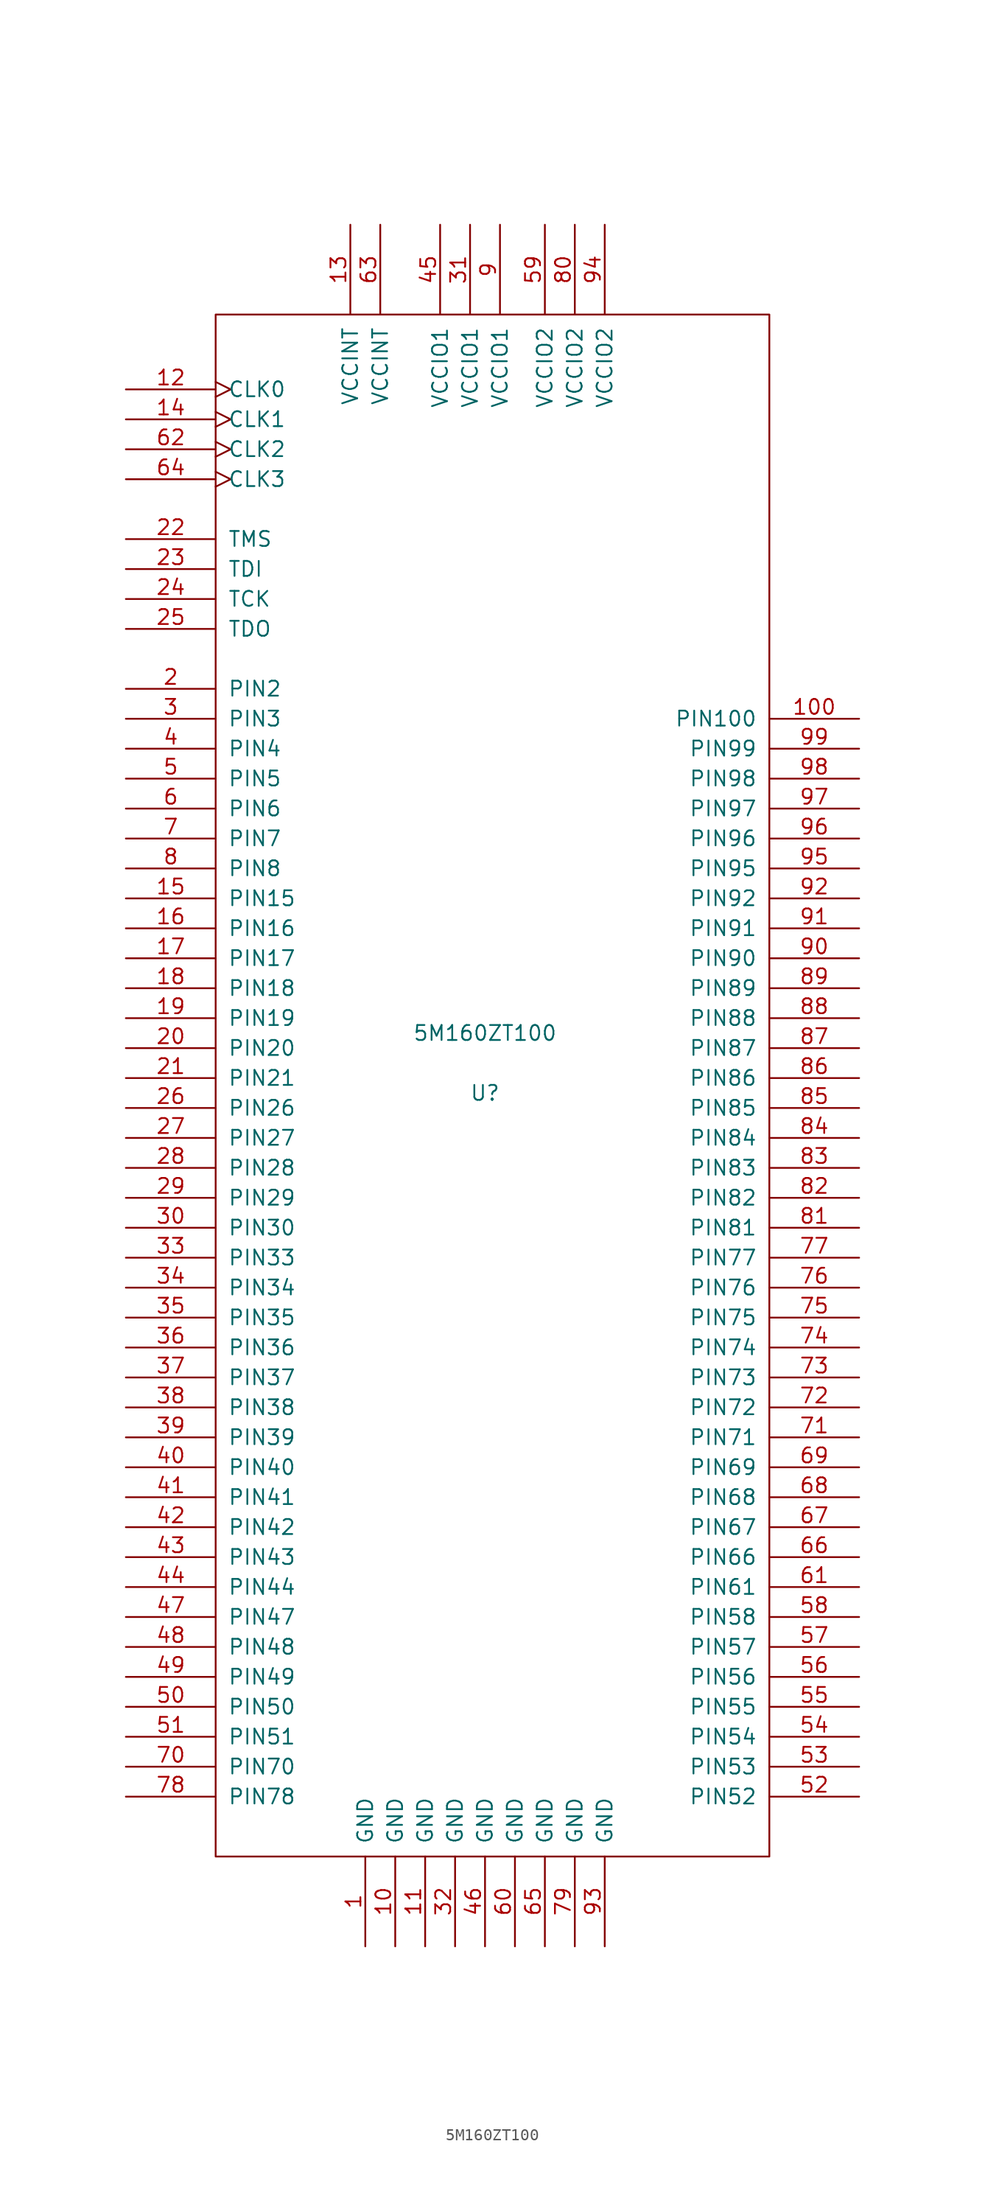
<source format=kicad_sym>
(kicad_symbol_lib
  (version 20220914)
  (generator kicad_symbol_editor)
  (symbol "5M160ZT100"
    (pin_names
      (offset 1.016))
    (property "Reference" "U"
      (at 0 -2.54 0)
      (effects (font (size 1.27 1.27))))
    (property "Value" "5M160ZT100"
      (at 0 2.54 0)
      (effects (font (size 1.27 1.27))))
    (symbol "5M160ZT100_1_0"
      (rectangle (start -22.86 -67.31) (end 24.13 63.5) (stroke (width 0) (type default)) (fill (type none))))
    (symbol "5M160ZT100_1_1"
      (pin power_in line (at -10.16 -74.93 90) (length 7.62) (name "GND" (effects (font (size 1.27 1.27)))) (number "1" (effects (font (size 1.27 1.27)))))
      (pin input line (at -7.62 -74.93 90) (length 7.62) (name "GND" (effects (font (size 1.27 1.27)))) (number "10" (effects (font (size 1.27 1.27)))))
      (pin input line (at 31.75 29.21 180) (length 7.62) (name "PIN100" (effects (font (size 1.27 1.27)))) (number "100" (effects (font (size 1.27 1.27)))))
      (pin input line (at -5.08 -74.93 90) (length 7.62) (name "GND" (effects (font (size 1.27 1.27)))) (number "11" (effects (font (size 1.27 1.27)))))
      (pin input clock (at -30.48 57.15 0) (length 7.62) (name "CLK0" (effects (font (size 1.27 1.27)))) (number "12" (effects (font (size 1.27 1.27)))))
      (pin power_in line (at -11.43 71.12 270) (length 7.62) (name "VCCINT" (effects (font (size 1.27 1.27)))) (number "13" (effects (font (size 1.27 1.27)))))
      (pin input clock (at -30.48 54.61 0) (length 7.62) (name "CLK1" (effects (font (size 1.27 1.27)))) (number "14" (effects (font (size 1.27 1.27)))))
      (pin input line (at -30.48 13.97 0) (length 7.62) (name "PIN15" (effects (font (size 1.27 1.27)))) (number "15" (effects (font (size 1.27 1.27)))))
      (pin input line (at -30.48 11.43 0) (length 7.62) (name "PIN16" (effects (font (size 1.27 1.27)))) (number "16" (effects (font (size 1.27 1.27)))))
      (pin input line (at -30.48 8.89 0) (length 7.62) (name "PIN17" (effects (font (size 1.27 1.27)))) (number "17" (effects (font (size 1.27 1.27)))))
      (pin input line (at -30.48 6.35 0) (length 7.62) (name "PIN18" (effects (font (size 1.27 1.27)))) (number "18" (effects (font (size 1.27 1.27)))))
      (pin input line (at -30.48 3.81 0) (length 7.62) (name "PIN19" (effects (font (size 1.27 1.27)))) (number "19" (effects (font (size 1.27 1.27)))))
      (pin input line (at -30.48 31.75 0) (length 7.62) (name "PIN2" (effects (font (size 1.27 1.27)))) (number "2" (effects (font (size 1.27 1.27)))))
      (pin input line (at -30.48 1.27 0) (length 7.62) (name "PIN20" (effects (font (size 1.27 1.27)))) (number "20" (effects (font (size 1.27 1.27)))))
      (pin input line (at -30.48 -1.27 0) (length 7.62) (name "PIN21" (effects (font (size 1.27 1.27)))) (number "21" (effects (font (size 1.27 1.27)))))
      (pin input line (at -30.48 44.45 0) (length 7.62) (name "TMS" (effects (font (size 1.27 1.27)))) (number "22" (effects (font (size 1.27 1.27)))))
      (pin input line (at -30.48 41.91 0) (length 7.62) (name "TDI" (effects (font (size 1.27 1.27)))) (number "23" (effects (font (size 1.27 1.27)))))
      (pin input line (at -30.48 39.37 0) (length 7.62) (name "TCK" (effects (font (size 1.27 1.27)))) (number "24" (effects (font (size 1.27 1.27)))))
      (pin output line (at -30.48 36.83 0) (length 7.62) (name "TDO" (effects (font (size 1.27 1.27)))) (number "25" (effects (font (size 1.27 1.27)))))
      (pin input line (at -30.48 -3.81 0) (length 7.62) (name "PIN26" (effects (font (size 1.27 1.27)))) (number "26" (effects (font (size 1.27 1.27)))))
      (pin input line (at -30.48 -6.35 0) (length 7.62) (name "PIN27" (effects (font (size 1.27 1.27)))) (number "27" (effects (font (size 1.27 1.27)))))
      (pin input line (at -30.48 -8.89 0) (length 7.62) (name "PIN28" (effects (font (size 1.27 1.27)))) (number "28" (effects (font (size 1.27 1.27)))))
      (pin input line (at -30.48 -11.43 0) (length 7.62) (name "PIN29" (effects (font (size 1.27 1.27)))) (number "29" (effects (font (size 1.27 1.27)))))
      (pin input line (at -30.48 29.21 0) (length 7.62) (name "PIN3" (effects (font (size 1.27 1.27)))) (number "3" (effects (font (size 1.27 1.27)))))
      (pin input line (at -30.48 -13.97 0) (length 7.62) (name "PIN30" (effects (font (size 1.27 1.27)))) (number "30" (effects (font (size 1.27 1.27)))))
      (pin power_in line (at -1.27 71.12 270) (length 7.62) (name "VCCIO1" (effects (font (size 1.27 1.27)))) (number "31" (effects (font (size 1.27 1.27)))))
      (pin power_in line (at -2.54 -74.93 90) (length 7.62) (name "GND" (effects (font (size 1.27 1.27)))) (number "32" (effects (font (size 1.27 1.27)))))
      (pin input line (at -30.48 -16.51 0) (length 7.62) (name "PIN33" (effects (font (size 1.27 1.27)))) (number "33" (effects (font (size 1.27 1.27)))))
      (pin input line (at -30.48 -19.05 0) (length 7.62) (name "PIN34" (effects (font (size 1.27 1.27)))) (number "34" (effects (font (size 1.27 1.27)))))
      (pin input line (at -30.48 -21.59 0) (length 7.62) (name "PIN35" (effects (font (size 1.27 1.27)))) (number "35" (effects (font (size 1.27 1.27)))))
      (pin input line (at -30.48 -24.13 0) (length 7.62) (name "PIN36" (effects (font (size 1.27 1.27)))) (number "36" (effects (font (size 1.27 1.27)))))
      (pin input line (at -30.48 -26.67 0) (length 7.62) (name "PIN37" (effects (font (size 1.27 1.27)))) (number "37" (effects (font (size 1.27 1.27)))))
      (pin input line (at -30.48 -29.21 0) (length 7.62) (name "PIN38" (effects (font (size 1.27 1.27)))) (number "38" (effects (font (size 1.27 1.27)))))
      (pin input line (at -30.48 -31.75 0) (length 7.62) (name "PIN39" (effects (font (size 1.27 1.27)))) (number "39" (effects (font (size 1.27 1.27)))))
      (pin input line (at -30.48 26.67 0) (length 7.62) (name "PIN4" (effects (font (size 1.27 1.27)))) (number "4" (effects (font (size 1.27 1.27)))))
      (pin input line (at -30.48 -34.29 0) (length 7.62) (name "PIN40" (effects (font (size 1.27 1.27)))) (number "40" (effects (font (size 1.27 1.27)))))
      (pin input line (at -30.48 -36.83 0) (length 7.62) (name "PIN41" (effects (font (size 1.27 1.27)))) (number "41" (effects (font (size 1.27 1.27)))))
      (pin input line (at -30.48 -39.37 0) (length 7.62) (name "PIN42" (effects (font (size 1.27 1.27)))) (number "42" (effects (font (size 1.27 1.27)))))
      (pin input line (at -30.48 -41.91 0) (length 7.62) (name "PIN43" (effects (font (size 1.27 1.27)))) (number "43" (effects (font (size 1.27 1.27)))))
      (pin input line (at -30.48 -44.45 0) (length 7.62) (name "PIN44" (effects (font (size 1.27 1.27)))) (number "44" (effects (font (size 1.27 1.27)))))
      (pin power_in line (at -3.81 71.12 270) (length 7.62) (name "VCCIO1" (effects (font (size 1.27 1.27)))) (number "45" (effects (font (size 1.27 1.27)))))
      (pin power_in line (at 0 -74.93 90) (length 7.62) (name "GND" (effects (font (size 1.27 1.27)))) (number "46" (effects (font (size 1.27 1.27)))))
      (pin input line (at -30.48 -46.99 0) (length 7.62) (name "PIN47" (effects (font (size 1.27 1.27)))) (number "47" (effects (font (size 1.27 1.27)))))
      (pin input line (at -30.48 -49.53 0) (length 7.62) (name "PIN48" (effects (font (size 1.27 1.27)))) (number "48" (effects (font (size 1.27 1.27)))))
      (pin input line (at -30.48 -52.07 0) (length 7.62) (name "PIN49" (effects (font (size 1.27 1.27)))) (number "49" (effects (font (size 1.27 1.27)))))
      (pin input line (at -30.48 24.13 0) (length 7.62) (name "PIN5" (effects (font (size 1.27 1.27)))) (number "5" (effects (font (size 1.27 1.27)))))
      (pin input line (at -30.48 -54.61 0) (length 7.62) (name "PIN50" (effects (font (size 1.27 1.27)))) (number "50" (effects (font (size 1.27 1.27)))))
      (pin input line (at -30.48 -57.15 0) (length 7.62) (name "PIN51" (effects (font (size 1.27 1.27)))) (number "51" (effects (font (size 1.27 1.27)))))
      (pin input line (at 31.75 -62.23 180) (length 7.62) (name "PIN52" (effects (font (size 1.27 1.27)))) (number "52" (effects (font (size 1.27 1.27)))))
      (pin input line (at 31.75 -59.69 180) (length 7.62) (name "PIN53" (effects (font (size 1.27 1.27)))) (number "53" (effects (font (size 1.27 1.27)))))
      (pin input line (at 31.75 -57.15 180) (length 7.62) (name "PIN54" (effects (font (size 1.27 1.27)))) (number "54" (effects (font (size 1.27 1.27)))))
      (pin input line (at 31.75 -54.61 180) (length 7.62) (name "PIN55" (effects (font (size 1.27 1.27)))) (number "55" (effects (font (size 1.27 1.27)))))
      (pin input line (at 31.75 -52.07 180) (length 7.62) (name "PIN56" (effects (font (size 1.27 1.27)))) (number "56" (effects (font (size 1.27 1.27)))))
      (pin input line (at 31.75 -49.53 180) (length 7.62) (name "PIN57" (effects (font (size 1.27 1.27)))) (number "57" (effects (font (size 1.27 1.27)))))
      (pin input line (at 31.75 -46.99 180) (length 7.62) (name "PIN58" (effects (font (size 1.27 1.27)))) (number "58" (effects (font (size 1.27 1.27)))))
      (pin power_in line (at 5.08 71.12 270) (length 7.62) (name "VCCIO2" (effects (font (size 1.27 1.27)))) (number "59" (effects (font (size 1.27 1.27)))))
      (pin input line (at -30.48 21.59 0) (length 7.62) (name "PIN6" (effects (font (size 1.27 1.27)))) (number "6" (effects (font (size 1.27 1.27)))))
      (pin input line (at 2.54 -74.93 90) (length 7.62) (name "GND" (effects (font (size 1.27 1.27)))) (number "60" (effects (font (size 1.27 1.27)))))
      (pin input line (at 31.75 -44.45 180) (length 7.62) (name "PIN61" (effects (font (size 1.27 1.27)))) (number "61" (effects (font (size 1.27 1.27)))))
      (pin input clock (at -30.48 52.07 0) (length 7.62) (name "CLK2" (effects (font (size 1.27 1.27)))) (number "62" (effects (font (size 1.27 1.27)))))
      (pin power_in line (at -8.89 71.12 270) (length 7.62) (name "VCCINT" (effects (font (size 1.27 1.27)))) (number "63" (effects (font (size 1.27 1.27)))))
      (pin input clock (at -30.48 49.53 0) (length 7.62) (name "CLK3" (effects (font (size 1.27 1.27)))) (number "64" (effects (font (size 1.27 1.27)))))
      (pin power_in line (at 5.08 -74.93 90) (length 7.62) (name "GND" (effects (font (size 1.27 1.27)))) (number "65" (effects (font (size 1.27 1.27)))))
      (pin input line (at 31.75 -41.91 180) (length 7.62) (name "PIN66" (effects (font (size 1.27 1.27)))) (number "66" (effects (font (size 1.27 1.27)))))
      (pin input line (at 31.75 -39.37 180) (length 7.62) (name "PIN67" (effects (font (size 1.27 1.27)))) (number "67" (effects (font (size 1.27 1.27)))))
      (pin input line (at 31.75 -36.83 180) (length 7.62) (name "PIN68" (effects (font (size 1.27 1.27)))) (number "68" (effects (font (size 1.27 1.27)))))
      (pin input line (at 31.75 -34.29 180) (length 7.62) (name "PIN69" (effects (font (size 1.27 1.27)))) (number "69" (effects (font (size 1.27 1.27)))))
      (pin input line (at -30.48 19.05 0) (length 7.62) (name "PIN7" (effects (font (size 1.27 1.27)))) (number "7" (effects (font (size 1.27 1.27)))))
      (pin input line (at -30.48 -59.69 0) (length 7.62) (name "PIN70" (effects (font (size 1.27 1.27)))) (number "70" (effects (font (size 1.27 1.27)))))
      (pin input line (at 31.75 -31.75 180) (length 7.62) (name "PIN71" (effects (font (size 1.27 1.27)))) (number "71" (effects (font (size 1.27 1.27)))))
      (pin input line (at 31.75 -29.21 180) (length 7.62) (name "PIN72" (effects (font (size 1.27 1.27)))) (number "72" (effects (font (size 1.27 1.27)))))
      (pin input line (at 31.75 -26.67 180) (length 7.62) (name "PIN73" (effects (font (size 1.27 1.27)))) (number "73" (effects (font (size 1.27 1.27)))))
      (pin input line (at 31.75 -24.13 180) (length 7.62) (name "PIN74" (effects (font (size 1.27 1.27)))) (number "74" (effects (font (size 1.27 1.27)))))
      (pin input line (at 31.75 -21.59 180) (length 7.62) (name "PIN75" (effects (font (size 1.27 1.27)))) (number "75" (effects (font (size 1.27 1.27)))))
      (pin input line (at 31.75 -19.05 180) (length 7.62) (name "PIN76" (effects (font (size 1.27 1.27)))) (number "76" (effects (font (size 1.27 1.27)))))
      (pin input line (at 31.75 -16.51 180) (length 7.62) (name "PIN77" (effects (font (size 1.27 1.27)))) (number "77" (effects (font (size 1.27 1.27)))))
      (pin input line (at -30.48 -62.23 0) (length 7.62) (name "PIN78" (effects (font (size 1.27 1.27)))) (number "78" (effects (font (size 1.27 1.27)))))
      (pin power_in line (at 7.62 -74.93 90) (length 7.62) (name "GND" (effects (font (size 1.27 1.27)))) (number "79" (effects (font (size 1.27 1.27)))))
      (pin input line (at -30.48 16.51 0) (length 7.62) (name "PIN8" (effects (font (size 1.27 1.27)))) (number "8" (effects (font (size 1.27 1.27)))))
      (pin power_in line (at 7.62 71.12 270) (length 7.62) (name "VCCIO2" (effects (font (size 1.27 1.27)))) (number "80" (effects (font (size 1.27 1.27)))))
      (pin input line (at 31.75 -13.97 180) (length 7.62) (name "PIN81" (effects (font (size 1.27 1.27)))) (number "81" (effects (font (size 1.27 1.27)))))
      (pin input line (at 31.75 -11.43 180) (length 7.62) (name "PIN82" (effects (font (size 1.27 1.27)))) (number "82" (effects (font (size 1.27 1.27)))))
      (pin input line (at 31.75 -8.89 180) (length 7.62) (name "PIN83" (effects (font (size 1.27 1.27)))) (number "83" (effects (font (size 1.27 1.27)))))
      (pin input line (at 31.75 -6.35 180) (length 7.62) (name "PIN84" (effects (font (size 1.27 1.27)))) (number "84" (effects (font (size 1.27 1.27)))))
      (pin input line (at 31.75 -3.81 180) (length 7.62) (name "PIN85" (effects (font (size 1.27 1.27)))) (number "85" (effects (font (size 1.27 1.27)))))
      (pin input line (at 31.75 -1.27 180) (length 7.62) (name "PIN86" (effects (font (size 1.27 1.27)))) (number "86" (effects (font (size 1.27 1.27)))))
      (pin input line (at 31.75 1.27 180) (length 7.62) (name "PIN87" (effects (font (size 1.27 1.27)))) (number "87" (effects (font (size 1.27 1.27)))))
      (pin input line (at 31.75 3.81 180) (length 7.62) (name "PIN88" (effects (font (size 1.27 1.27)))) (number "88" (effects (font (size 1.27 1.27)))))
      (pin input line (at 31.75 6.35 180) (length 7.62) (name "PIN89" (effects (font (size 1.27 1.27)))) (number "89" (effects (font (size 1.27 1.27)))))
      (pin power_in line (at 1.27 71.12 270) (length 7.62) (name "VCCIO1" (effects (font (size 1.27 1.27)))) (number "9" (effects (font (size 1.27 1.27)))))
      (pin input line (at 31.75 8.89 180) (length 7.62) (name "PIN90" (effects (font (size 1.27 1.27)))) (number "90" (effects (font (size 1.27 1.27)))))
      (pin input line (at 31.75 11.43 180) (length 7.62) (name "PIN91" (effects (font (size 1.27 1.27)))) (number "91" (effects (font (size 1.27 1.27)))))
      (pin input line (at 31.75 13.97 180) (length 7.62) (name "PIN92" (effects (font (size 1.27 1.27)))) (number "92" (effects (font (size 1.27 1.27)))))
      (pin power_in line (at 10.16 -74.93 90) (length 7.62) (name "GND" (effects (font (size 1.27 1.27)))) (number "93" (effects (font (size 1.27 1.27)))))
      (pin power_in line (at 10.16 71.12 270) (length 7.62) (name "VCCIO2" (effects (font (size 1.27 1.27)))) (number "94" (effects (font (size 1.27 1.27)))))
      (pin input line (at 31.75 16.51 180) (length 7.62) (name "PIN95" (effects (font (size 1.27 1.27)))) (number "95" (effects (font (size 1.27 1.27)))))
      (pin input line (at 31.75 19.05 180) (length 7.62) (name "PIN96" (effects (font (size 1.27 1.27)))) (number "96" (effects (font (size 1.27 1.27)))))
      (pin input line (at 31.75 21.59 180) (length 7.62) (name "PIN97" (effects (font (size 1.27 1.27)))) (number "97" (effects (font (size 1.27 1.27)))))
      (pin input line (at 31.75 24.13 180) (length 7.62) (name "PIN98" (effects (font (size 1.27 1.27)))) (number "98" (effects (font (size 1.27 1.27)))))
      (pin input line (at 31.75 26.67 180) (length 7.62) (name "PIN99" (effects (font (size 1.27 1.27)))) (number "99" (effects (font (size 1.27 1.27))))))))
</source>
